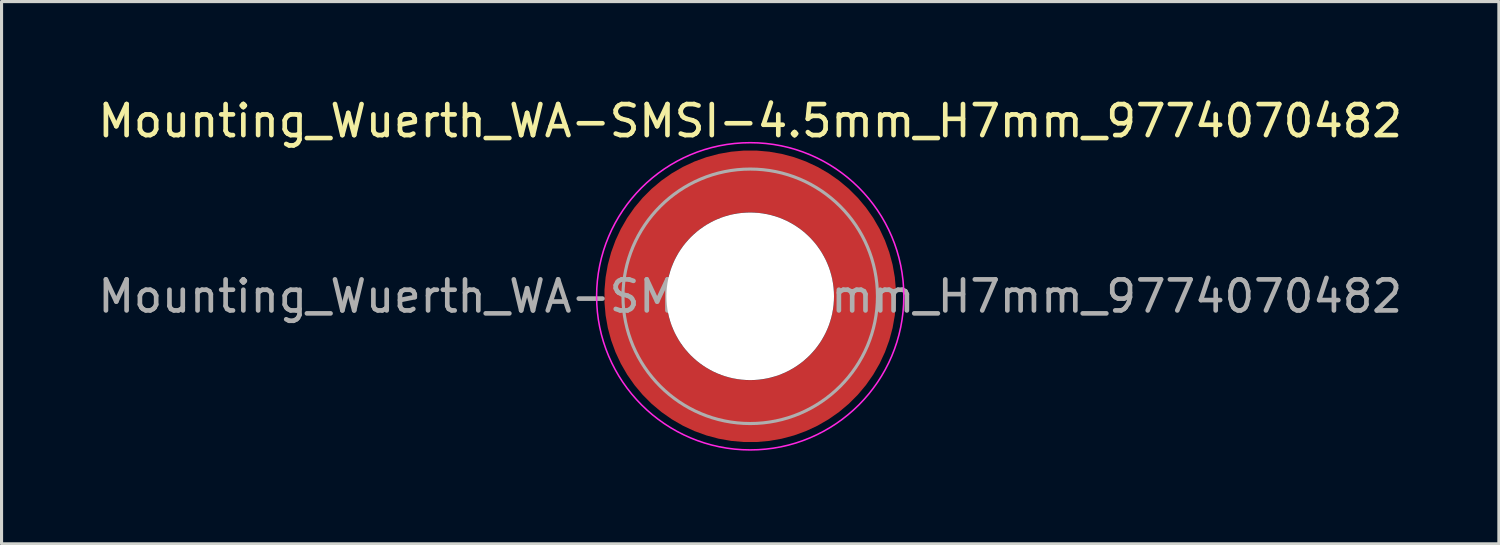
<source format=kicad_pcb>
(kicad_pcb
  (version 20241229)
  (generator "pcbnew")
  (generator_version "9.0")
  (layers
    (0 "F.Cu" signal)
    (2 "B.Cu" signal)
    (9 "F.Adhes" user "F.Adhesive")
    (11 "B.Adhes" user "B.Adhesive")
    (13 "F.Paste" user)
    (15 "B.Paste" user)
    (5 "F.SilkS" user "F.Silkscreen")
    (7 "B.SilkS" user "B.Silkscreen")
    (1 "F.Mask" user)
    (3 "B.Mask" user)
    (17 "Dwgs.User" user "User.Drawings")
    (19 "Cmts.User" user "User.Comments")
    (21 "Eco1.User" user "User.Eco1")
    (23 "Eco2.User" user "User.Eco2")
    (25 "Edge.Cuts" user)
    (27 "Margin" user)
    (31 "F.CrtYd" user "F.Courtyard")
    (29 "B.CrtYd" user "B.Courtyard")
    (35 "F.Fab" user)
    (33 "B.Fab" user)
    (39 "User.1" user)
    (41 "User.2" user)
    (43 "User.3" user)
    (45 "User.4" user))
  (footprint "Mounting_Wuerth_WA-SMSI-4.5mm_H7mm_9774070482"
    (layer "F.Cu")
    (at 21.125 6.498)
    (property "Reference" "Mounting_Wuerth_WA-SMSI-4.5mm_H7mm_9774070482" (at 0 -5.65 0) (layer "F.SilkS") (effects (font (size 1 1) (thickness 0.15))))
    (attr smd)
    (fp_circle (center 0 0) (end 4.95 0) (stroke (width 0.05) (type solid)) (fill no) (layer "F.CrtYd"))
    (fp_circle (center 0 0) (end 4.1 0) (stroke (width 0.1) (type solid)) (fill no) (layer "F.Fab"))
    (fp_text user "${REFERENCE}" (at 0 0 0) (layer "F.Fab") (effects (font (size 1 1) (thickness 0.15))))
    (pad "" smd custom (at -2.607 -2.607) (size 1.495 1.495) (layers "F.Paste") (options (anchor circle)) (primitives (gr_arc (start -0.188183 2.107456) (mid 0.599273 0.599273) (end 2.107456 -0.188183) (width 0.2)) (gr_arc (start -0.289416 2.107456) (mid 0.52877 0.52877) (end 2.107456 -0.289416) (width 0.2)) (gr_arc (start -0.390547 2.107456) (mid 0.458268 0.458268) (end 2.107456 -0.390547) (width 0.2)) (gr_arc (start -0.491585 2.107456) (mid 0.387765 0.387765) (end 2.107456 -0.491585) (width 0.2)) (gr_arc (start -0.59254 2.107456) (mid 0.317262 0.317262) (end 2.107456 -0.59254) (width 0.2)) (gr_arc (start -0.693419 2.107456) (mid 0.24676 0.24676) (end 2.107456 -0.693419) (width 0.2)) (gr_arc (start -0.794229 2.107456) (mid 0.176257 0.176257) (end 2.107456 -0.794229) (width 0.2)) (gr_arc (start -0.894975 2.107456) (mid 0.105754 0.105754) (end 2.107456 -0.894975) (width 0.2)) (gr_arc (start -0.995664 2.107456) (mid 0.035251 0.035251) (end 2.107456 -0.995664) (width 0.2)) (gr_arc (start -1.0963 2.107456) (mid -0.035252 -0.035252) (end 2.107456 -1.0963) (width 0.2)) (gr_arc (start -1.196886 2.107456) (mid -0.105754 -0.105754) (end 2.107456 -1.196886) (width 0.2)) (gr_arc (start -1.297427 2.107456) (mid -0.176257 -0.176257) (end 2.107456 -1.297427) (width 0.2)) (gr_arc (start -1.397927 2.107456) (mid -0.24676 -0.24676) (end 2.107456 -1.397927) (width 0.2)) (gr_arc (start -1.498388 2.107456) (mid -0.317262 -0.317262) (end 2.107456 -1.498388) (width 0.2)) (gr_arc (start -1.598813 2.107456) (mid -0.387765 -0.387765) (end 2.107456 -1.598813) (width 0.2)) (gr_arc (start -1.699204 2.107456) (mid -0.458267 -0.458267) (end 2.107456 -1.699204) (width 0.2)) (gr_arc (start -1.799565 2.107456) (mid -0.528771 -0.528771) (end 2.107456 -1.799565) (width 0.2)) (gr_arc (start -1.899896 2.107456) (mid -0.599273 -0.599273) (end 2.107456 -1.899896) (width 0.2)) (gr_arc (start -1.899896 2.107456) (mid -0.599273 -0.599273) (end 2.107456 -1.899896) (width 0.2)) (gr_line (start 2.107 -0.188) (end 2.107 -1.9) (width 0.2)) (gr_line (start -0.188 2.107) (end -1.9 2.107) (width 0.2))))
    (pad "" smd custom (at -2.607 2.607) (size 1.495 1.495) (layers "F.Paste") (options (anchor circle)) (primitives (gr_arc (start 2.107456 0.188183) (mid 0.599273 -0.599273) (end -0.188183 -2.107456) (width 0.2)) (gr_arc (start 2.107456 0.289416) (mid 0.52877 -0.52877) (end -0.289416 -2.107456) (width 0.2)) (gr_arc (start 2.107456 0.390547) (mid 0.458268 -0.458268) (end -0.390547 -2.107456) (width 0.2)) (gr_arc (start 2.107456 0.491585) (mid 0.387765 -0.387765) (end -0.491585 -2.107456) (width 0.2)) (gr_arc (start 2.107456 0.59254) (mid 0.317262 -0.317262) (end -0.59254 -2.107456) (width 0.2)) (gr_arc (start 2.107456 0.693419) (mid 0.24676 -0.24676) (end -0.693419 -2.107456) (width 0.2)) (gr_arc (start 2.107456 0.794229) (mid 0.176257 -0.176257) (end -0.794229 -2.107456) (width 0.2)) (gr_arc (start 2.107456 0.894975) (mid 0.105754 -0.105754) (end -0.894975 -2.107456) (width 0.2)) (gr_arc (start 2.107456 0.995664) (mid 0.035251 -0.035251) (end -0.995664 -2.107456) (width 0.2)) (gr_arc (start 2.107456 1.0963) (mid -0.035252 0.035252) (end -1.0963 -2.107456) (width 0.2)) (gr_arc (start 2.107456 1.196886) (mid -0.105754 0.105754) (end -1.196886 -2.107456) (width 0.2)) (gr_arc (start 2.107456 1.297427) (mid -0.176257 0.176257) (end -1.297427 -2.107456) (width 0.2)) (gr_arc (start 2.107456 1.397927) (mid -0.24676 0.24676) (end -1.397927 -2.107456) (width 0.2)) (gr_arc (start 2.107456 1.498388) (mid -0.317262 0.317262) (end -1.498388 -2.107456) (width 0.2)) (gr_arc (start 2.107456 1.598813) (mid -0.387765 0.387765) (end -1.598813 -2.107456) (width 0.2)) (gr_arc (start 2.107456 1.699204) (mid -0.458267 0.458267) (end -1.699204 -2.107456) (width 0.2)) (gr_arc (start 2.107456 1.799565) (mid -0.528771 0.528771) (end -1.799565 -2.107456) (width 0.2)) (gr_arc (start 2.107456 1.899896) (mid -0.599273 0.599273) (end -1.899896 -2.107456) (width 0.2)) (gr_arc (start 2.107456 1.899896) (mid -0.599273 0.599273) (end -1.899896 -2.107456) (width 0.2)) (gr_line (start -0.188 -2.107) (end -1.9 -2.107) (width 0.2)) (gr_line (start 2.107 0.188) (end 2.107 1.9) (width 0.2))))
    (pad "" np_thru_hole circle (at 0 0) (size 5.4 5.4) (drill 5.4) (layers "*.Cu" "*.Mask"))
    (pad "" smd custom (at 2.607 -2.607) (size 1.495 1.495) (layers "F.Paste") (options (anchor circle)) (primitives (gr_arc (start -2.107456 -0.188183) (mid -0.599273 0.599273) (end 0.188183 2.107456) (width 0.2)) (gr_arc (start -2.107456 -0.289416) (mid -0.52877 0.52877) (end 0.289416 2.107456) (width 0.2)) (gr_arc (start -2.107456 -0.390547) (mid -0.458268 0.458268) (end 0.390547 2.107456) (width 0.2)) (gr_arc (start -2.107456 -0.491585) (mid -0.387765 0.387765) (end 0.491585 2.107456) (width 0.2)) (gr_arc (start -2.107456 -0.59254) (mid -0.317262 0.317262) (end 0.59254 2.107456) (width 0.2)) (gr_arc (start -2.107456 -0.693419) (mid -0.24676 0.24676) (end 0.693419 2.107456) (width 0.2)) (gr_arc (start -2.107456 -0.794229) (mid -0.176257 0.176257) (end 0.794229 2.107456) (width 0.2)) (gr_arc (start -2.107456 -0.894975) (mid -0.105754 0.105754) (end 0.894975 2.107456) (width 0.2)) (gr_arc (start -2.107456 -0.995664) (mid -0.035251 0.035251) (end 0.995664 2.107456) (width 0.2)) (gr_arc (start -2.107456 -1.0963) (mid 0.035252 -0.035252) (end 1.0963 2.107456) (width 0.2)) (gr_arc (start -2.107456 -1.196886) (mid 0.105754 -0.105754) (end 1.196886 2.107456) (width 0.2)) (gr_arc (start -2.107456 -1.297427) (mid 0.176257 -0.176257) (end 1.297427 2.107456) (width 0.2)) (gr_arc (start -2.107456 -1.397927) (mid 0.24676 -0.24676) (end 1.397927 2.107456) (width 0.2)) (gr_arc (start -2.107456 -1.498388) (mid 0.317262 -0.317262) (end 1.498388 2.107456) (width 0.2)) (gr_arc (start -2.107456 -1.598813) (mid 0.387765 -0.387765) (end 1.598813 2.107456) (width 0.2)) (gr_arc (start -2.107456 -1.699204) (mid 0.458267 -0.458267) (end 1.699204 2.107456) (width 0.2)) (gr_arc (start -2.107456 -1.799565) (mid 0.528771 -0.528771) (end 1.799565 2.107456) (width 0.2)) (gr_arc (start -2.107456 -1.899896) (mid 0.599273 -0.599273) (end 1.899896 2.107456) (width 0.2)) (gr_arc (start -2.107456 -1.899896) (mid 0.599273 -0.599273) (end 1.899896 2.107456) (width 0.2)) (gr_line (start 0.188 2.107) (end 1.9 2.107) (width 0.2)) (gr_line (start -2.107 -0.188) (end -2.107 -1.9) (width 0.2))))
    (pad "" smd custom (at 2.607 2.607) (size 1.495 1.495) (layers "F.Paste") (options (anchor circle)) (primitives (gr_arc (start 0.188183 -2.107456) (mid -0.599273 -0.599273) (end -2.107456 0.188183) (width 0.2)) (gr_arc (start 0.289416 -2.107456) (mid -0.52877 -0.52877) (end -2.107456 0.289416) (width 0.2)) (gr_arc (start 0.390547 -2.107456) (mid -0.458268 -0.458268) (end -2.107456 0.390547) (width 0.2)) (gr_arc (start 0.491585 -2.107456) (mid -0.387765 -0.387765) (end -2.107456 0.491585) (width 0.2)) (gr_arc (start 0.59254 -2.107456) (mid -0.317262 -0.317262) (end -2.107456 0.59254) (width 0.2)) (gr_arc (start 0.693419 -2.107456) (mid -0.24676 -0.24676) (end -2.107456 0.693419) (width 0.2)) (gr_arc (start 0.794229 -2.107456) (mid -0.176257 -0.176257) (end -2.107456 0.794229) (width 0.2)) (gr_arc (start 0.894975 -2.107456) (mid -0.105754 -0.105754) (end -2.107456 0.894975) (width 0.2)) (gr_arc (start 0.995664 -2.107456) (mid -0.035251 -0.035251) (end -2.107456 0.995664) (width 0.2)) (gr_arc (start 1.0963 -2.107456) (mid 0.035252 0.035252) (end -2.107456 1.0963) (width 0.2)) (gr_arc (start 1.196886 -2.107456) (mid 0.105754 0.105754) (end -2.107456 1.196886) (width 0.2)) (gr_arc (start 1.297427 -2.107456) (mid 0.176257 0.176257) (end -2.107456 1.297427) (width 0.2)) (gr_arc (start 1.397927 -2.107456) (mid 0.24676 0.24676) (end -2.107456 1.397927) (width 0.2)) (gr_arc (start 1.498388 -2.107456) (mid 0.317262 0.317262) (end -2.107456 1.498388) (width 0.2)) (gr_arc (start 1.598813 -2.107456) (mid 0.387765 0.387765) (end -2.107456 1.598813) (width 0.2)) (gr_arc (start 1.699204 -2.107456) (mid 0.458267 0.458267) (end -2.107456 1.699204) (width 0.2)) (gr_arc (start 1.799565 -2.107456) (mid 0.528771 0.528771) (end -2.107456 1.799565) (width 0.2)) (gr_arc (start 1.899896 -2.107456) (mid 0.599273 0.599273) (end -2.107456 1.899896) (width 0.2)) (gr_arc (start 1.899896 -2.107456) (mid 0.599273 0.599273) (end -2.107456 1.899896) (width 0.2)) (gr_line (start -2.107 0.188) (end -2.107 1.9) (width 0.2)) (gr_line (start 0.188 -2.107) (end 1.9 -2.107) (width 0.2))))
    (pad "1" smd circle (at -3.7 0) (size 1.6 1.6) (layers "F.Cu"))
    (pad "1" smd circle (at 0 -3.7) (size 1.6 1.6) (layers "F.Cu"))
    (pad "1" smd circle (at 0 3.7) (size 1.6 1.6) (layers "F.Cu"))
    (pad "1" smd custom (at 3.7 0) (size 1.6 1.6) (layers "F.Cu" "F.Mask") (options (anchor circle)) (primitives (gr_circle (center -3.7 0) (end 0 0) (width 2) (fill no)))))
  (gr_rect
    (start -3 -3)
    (end 45.25 14.473)
    (stroke (width 0.1) (type default))
    (fill no)
    (layer "Edge.Cuts")))
</source>
